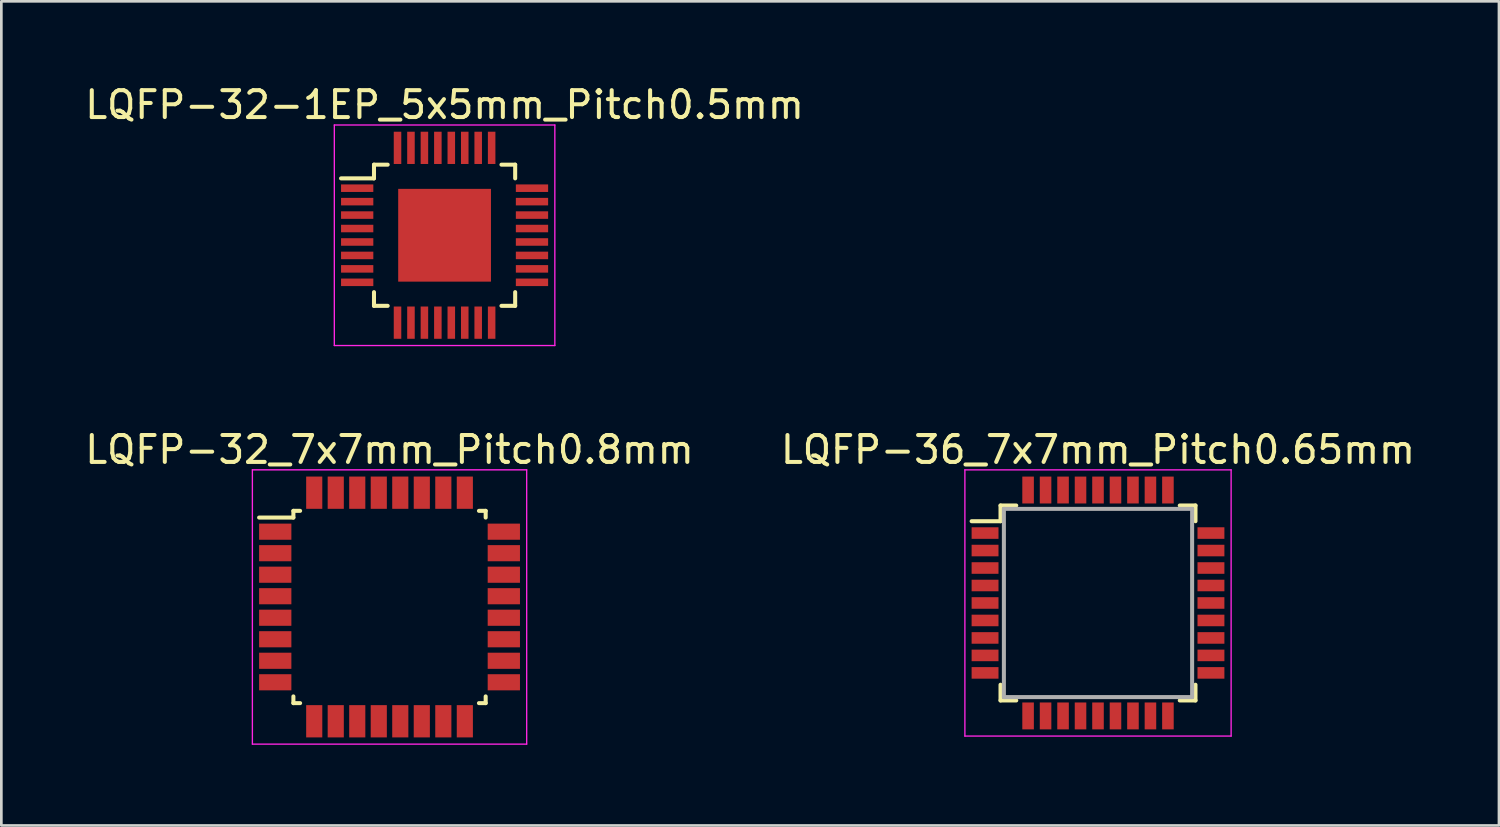
<source format=kicad_pcb>
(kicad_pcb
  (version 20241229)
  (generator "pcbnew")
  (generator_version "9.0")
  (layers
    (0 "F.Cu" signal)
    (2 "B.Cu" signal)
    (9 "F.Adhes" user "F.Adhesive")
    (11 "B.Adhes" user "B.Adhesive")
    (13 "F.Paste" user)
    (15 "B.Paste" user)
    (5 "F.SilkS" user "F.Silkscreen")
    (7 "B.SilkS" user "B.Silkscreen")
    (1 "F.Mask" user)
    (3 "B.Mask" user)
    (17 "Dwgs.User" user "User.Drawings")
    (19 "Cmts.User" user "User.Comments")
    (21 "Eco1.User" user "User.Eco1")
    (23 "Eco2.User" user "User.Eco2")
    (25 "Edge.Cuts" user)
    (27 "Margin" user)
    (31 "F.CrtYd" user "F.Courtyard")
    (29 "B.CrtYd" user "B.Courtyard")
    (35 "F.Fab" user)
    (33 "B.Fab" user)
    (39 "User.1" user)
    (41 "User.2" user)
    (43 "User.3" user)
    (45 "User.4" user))
  (footprint "LQFP-32-1EP_5x5mm_Pitch0.5mm"
    (layer "F.Cu")
    (at 13.482 5.698)
    (property "Reference" "LQFP-32-1EP_5x5mm_Pitch0.5mm" (at 0 -4.85 0) (layer "F.SilkS") (effects (font (size 1 1) (thickness 0.15))))
    (attr smd)
    (fp_line (start -2.625 -2.625) (end -2.625 -2.115) (stroke (width 0.15) (type solid)) (layer "F.SilkS"))
    (fp_line (start -2.625 -2.625) (end -2.115 -2.625) (stroke (width 0.15) (type solid)) (layer "F.SilkS"))
    (fp_line (start -2.625 -2.115) (end -3.85 -2.115) (stroke (width 0.15) (type solid)) (layer "F.SilkS"))
    (fp_line (start -2.625 2.625) (end -2.625 2.115) (stroke (width 0.15) (type solid)) (layer "F.SilkS"))
    (fp_line (start -2.625 2.625) (end -2.115 2.625) (stroke (width 0.15) (type solid)) (layer "F.SilkS"))
    (fp_line (start 2.625 -2.625) (end 2.115 -2.625) (stroke (width 0.15) (type solid)) (layer "F.SilkS"))
    (fp_line (start 2.625 -2.625) (end 2.625 -2.115) (stroke (width 0.15) (type solid)) (layer "F.SilkS"))
    (fp_line (start 2.625 2.625) (end 2.115 2.625) (stroke (width 0.15) (type solid)) (layer "F.SilkS"))
    (fp_line (start 2.625 2.625) (end 2.625 2.115) (stroke (width 0.15) (type solid)) (layer "F.SilkS"))
    (fp_line (start -4.1 -4.1) (end -4.1 4.1) (stroke (width 0.05) (type solid)) (layer "F.CrtYd"))
    (fp_line (start -4.1 -4.1) (end 4.1 -4.1) (stroke (width 0.05) (type solid)) (layer "F.CrtYd"))
    (fp_line (start -4.1 4.1) (end 4.1 4.1) (stroke (width 0.05) (type solid)) (layer "F.CrtYd"))
    (fp_line (start 4.1 -4.1) (end 4.1 4.1) (stroke (width 0.05) (type solid)) (layer "F.CrtYd"))
    (pad "1" smd rect (at -3.25 -1.75) (size 1.2 0.28) (layers "F.Cu" "F.Mask" "F.Paste"))
    (pad "2" smd rect (at -3.25 -1.25) (size 1.2 0.28) (layers "F.Cu" "F.Mask" "F.Paste"))
    (pad "3" smd rect (at -3.25 -0.75) (size 1.2 0.28) (layers "F.Cu" "F.Mask" "F.Paste"))
    (pad "4" smd rect (at -3.25 -0.25) (size 1.2 0.28) (layers "F.Cu" "F.Mask" "F.Paste"))
    (pad "5" smd rect (at -3.25 0.25) (size 1.2 0.28) (layers "F.Cu" "F.Mask" "F.Paste"))
    (pad "6" smd rect (at -3.25 0.75) (size 1.2 0.28) (layers "F.Cu" "F.Mask" "F.Paste"))
    (pad "7" smd rect (at -3.25 1.25) (size 1.2 0.28) (layers "F.Cu" "F.Mask" "F.Paste"))
    (pad "8" smd rect (at -3.25 1.75) (size 1.2 0.28) (layers "F.Cu" "F.Mask" "F.Paste"))
    (pad "9" smd rect (at -1.75 3.25 90) (size 1.2 0.28) (layers "F.Cu" "F.Mask" "F.Paste"))
    (pad "10" smd rect (at -1.25 3.25 90) (size 1.2 0.28) (layers "F.Cu" "F.Mask" "F.Paste"))
    (pad "11" smd rect (at -0.75 3.25 90) (size 1.2 0.28) (layers "F.Cu" "F.Mask" "F.Paste"))
    (pad "12" smd rect (at -0.25 3.25 90) (size 1.2 0.28) (layers "F.Cu" "F.Mask" "F.Paste"))
    (pad "13" smd rect (at 0.25 3.25 90) (size 1.2 0.28) (layers "F.Cu" "F.Mask" "F.Paste"))
    (pad "14" smd rect (at 0.75 3.25 90) (size 1.2 0.28) (layers "F.Cu" "F.Mask" "F.Paste"))
    (pad "15" smd rect (at 1.25 3.25 90) (size 1.2 0.28) (layers "F.Cu" "F.Mask" "F.Paste"))
    (pad "16" smd rect (at 1.75 3.25 90) (size 1.2 0.28) (layers "F.Cu" "F.Mask" "F.Paste"))
    (pad "17" smd rect (at 3.25 1.75) (size 1.2 0.28) (layers "F.Cu" "F.Mask" "F.Paste"))
    (pad "18" smd rect (at 3.25 1.25) (size 1.2 0.28) (layers "F.Cu" "F.Mask" "F.Paste"))
    (pad "19" smd rect (at 3.25 0.75) (size 1.2 0.28) (layers "F.Cu" "F.Mask" "F.Paste"))
    (pad "20" smd rect (at 3.25 0.25) (size 1.2 0.28) (layers "F.Cu" "F.Mask" "F.Paste"))
    (pad "21" smd rect (at 3.25 -0.25) (size 1.2 0.28) (layers "F.Cu" "F.Mask" "F.Paste"))
    (pad "22" smd rect (at 3.25 -0.75) (size 1.2 0.28) (layers "F.Cu" "F.Mask" "F.Paste"))
    (pad "23" smd rect (at 3.25 -1.25) (size 1.2 0.28) (layers "F.Cu" "F.Mask" "F.Paste"))
    (pad "24" smd rect (at 3.25 -1.75) (size 1.2 0.28) (layers "F.Cu" "F.Mask" "F.Paste"))
    (pad "25" smd rect (at 1.75 -3.25 90) (size 1.2 0.28) (layers "F.Cu" "F.Mask" "F.Paste"))
    (pad "26" smd rect (at 1.25 -3.25 90) (size 1.2 0.28) (layers "F.Cu" "F.Mask" "F.Paste"))
    (pad "27" smd rect (at 0.75 -3.25 90) (size 1.2 0.28) (layers "F.Cu" "F.Mask" "F.Paste"))
    (pad "28" smd rect (at 0.25 -3.25 90) (size 1.2 0.28) (layers "F.Cu" "F.Mask" "F.Paste"))
    (pad "29" smd rect (at -0.25 -3.25 90) (size 1.2 0.28) (layers "F.Cu" "F.Mask" "F.Paste"))
    (pad "30" smd rect (at -0.75 -3.25 90) (size 1.2 0.28) (layers "F.Cu" "F.Mask" "F.Paste"))
    (pad "31" smd rect (at -1.25 -3.25 90) (size 1.2 0.28) (layers "F.Cu" "F.Mask" "F.Paste"))
    (pad "32" smd rect (at -1.75 -3.25 90) (size 1.2 0.28) (layers "F.Cu" "F.Mask" "F.Paste"))
    (pad "33" smd rect (at 0 0) (size 3.45 3.45) (layers "F.Cu" "F.Mask" "F.Paste")))
  (footprint "LQFP-36_7x7mm_Pitch0.65mm"
    (layer "F.Cu")
    (at 37.78 19.372)
    (property "Reference" "LQFP-36_7x7mm_Pitch0.65mm" (at 0 -5.7 0) (layer "F.SilkS") (effects (font (size 1 1) (thickness 0.15))))
    (attr smd)
    (fp_line (start -3.625 -3.625) (end -3.625 -3.04) (stroke (width 0.15) (type solid)) (layer "F.SilkS"))
    (fp_line (start -3.625 -3.625) (end -3.04 -3.625) (stroke (width 0.15) (type solid)) (layer "F.SilkS"))
    (fp_line (start -3.625 -3.04) (end -4.7 -3.04) (stroke (width 0.15) (type solid)) (layer "F.SilkS"))
    (fp_line (start -3.625 3.625) (end -3.625 3.04) (stroke (width 0.15) (type solid)) (layer "F.SilkS"))
    (fp_line (start -3.625 3.625) (end -3.04 3.625) (stroke (width 0.15) (type solid)) (layer "F.SilkS"))
    (fp_line (start 3.625 -3.625) (end 3.04 -3.625) (stroke (width 0.15) (type solid)) (layer "F.SilkS"))
    (fp_line (start 3.625 -3.625) (end 3.625 -3.04) (stroke (width 0.15) (type solid)) (layer "F.SilkS"))
    (fp_line (start 3.625 3.625) (end 3.04 3.625) (stroke (width 0.15) (type solid)) (layer "F.SilkS"))
    (fp_line (start 3.625 3.625) (end 3.625 3.04) (stroke (width 0.15) (type solid)) (layer "F.SilkS"))
    (fp_line (start -4.95 -4.95) (end -4.95 4.95) (stroke (width 0.05) (type solid)) (layer "F.CrtYd"))
    (fp_line (start -4.95 -4.95) (end 4.95 -4.95) (stroke (width 0.05) (type solid)) (layer "F.CrtYd"))
    (fp_line (start -4.95 4.95) (end 4.95 4.95) (stroke (width 0.05) (type solid)) (layer "F.CrtYd"))
    (fp_line (start 4.95 -4.95) (end 4.95 4.95) (stroke (width 0.05) (type solid)) (layer "F.CrtYd"))
    (fp_line (start -3.5 -3.5) (end 3.5 -3.5) (stroke (width 0.15) (type solid)) (layer "F.Fab"))
    (fp_line (start -3.5 3.5) (end -3.5 -3.5) (stroke (width 0.15) (type solid)) (layer "F.Fab"))
    (fp_line (start 3.5 -3.5) (end 3.5 3.5) (stroke (width 0.15) (type solid)) (layer "F.Fab"))
    (fp_line (start 3.5 3.5) (end -3.5 3.5) (stroke (width 0.15) (type solid)) (layer "F.Fab"))
    (pad "1" smd rect (at -4.2 -2.6) (size 1 0.43) (layers "F.Cu" "F.Mask" "F.Paste"))
    (pad "2" smd rect (at -4.2 -1.95) (size 1 0.43) (layers "F.Cu" "F.Mask" "F.Paste"))
    (pad "3" smd rect (at -4.2 -1.3) (size 1 0.43) (layers "F.Cu" "F.Mask" "F.Paste"))
    (pad "4" smd rect (at -4.2 -0.65) (size 1 0.43) (layers "F.Cu" "F.Mask" "F.Paste"))
    (pad "5" smd rect (at -4.2 0) (size 1 0.43) (layers "F.Cu" "F.Mask" "F.Paste"))
    (pad "6" smd rect (at -4.2 0.65) (size 1 0.43) (layers "F.Cu" "F.Mask" "F.Paste"))
    (pad "7" smd rect (at -4.2 1.3) (size 1 0.43) (layers "F.Cu" "F.Mask" "F.Paste"))
    (pad "8" smd rect (at -4.2 1.95) (size 1 0.43) (layers "F.Cu" "F.Mask" "F.Paste"))
    (pad "9" smd rect (at -4.2 2.6) (size 1 0.43) (layers "F.Cu" "F.Mask" "F.Paste"))
    (pad "10" smd rect (at -2.6 4.2 90) (size 1 0.43) (layers "F.Cu" "F.Mask" "F.Paste"))
    (pad "11" smd rect (at -1.95 4.2 90) (size 1 0.43) (layers "F.Cu" "F.Mask" "F.Paste"))
    (pad "12" smd rect (at -1.3 4.2 90) (size 1 0.43) (layers "F.Cu" "F.Mask" "F.Paste"))
    (pad "13" smd rect (at -0.65 4.2 90) (size 1 0.43) (layers "F.Cu" "F.Mask" "F.Paste"))
    (pad "14" smd rect (at 0 4.2 90) (size 1 0.43) (layers "F.Cu" "F.Mask" "F.Paste"))
    (pad "15" smd rect (at 0.65 4.2 90) (size 1 0.43) (layers "F.Cu" "F.Mask" "F.Paste"))
    (pad "16" smd rect (at 1.3 4.2 90) (size 1 0.43) (layers "F.Cu" "F.Mask" "F.Paste"))
    (pad "17" smd rect (at 1.95 4.2 90) (size 1 0.43) (layers "F.Cu" "F.Mask" "F.Paste"))
    (pad "18" smd rect (at 2.6 4.2 90) (size 1 0.43) (layers "F.Cu" "F.Mask" "F.Paste"))
    (pad "19" smd rect (at 4.2 2.6) (size 1 0.43) (layers "F.Cu" "F.Mask" "F.Paste"))
    (pad "20" smd rect (at 4.2 1.95) (size 1 0.43) (layers "F.Cu" "F.Mask" "F.Paste"))
    (pad "21" smd rect (at 4.2 1.3) (size 1 0.43) (layers "F.Cu" "F.Mask" "F.Paste"))
    (pad "22" smd rect (at 4.2 0.65) (size 1 0.43) (layers "F.Cu" "F.Mask" "F.Paste"))
    (pad "23" smd rect (at 4.2 0) (size 1 0.43) (layers "F.Cu" "F.Mask" "F.Paste"))
    (pad "24" smd rect (at 4.2 -0.65) (size 1 0.43) (layers "F.Cu" "F.Mask" "F.Paste"))
    (pad "25" smd rect (at 4.2 -1.3) (size 1 0.43) (layers "F.Cu" "F.Mask" "F.Paste"))
    (pad "26" smd rect (at 4.2 -1.95) (size 1 0.43) (layers "F.Cu" "F.Mask" "F.Paste"))
    (pad "27" smd rect (at 4.2 -2.6) (size 1 0.43) (layers "F.Cu" "F.Mask" "F.Paste"))
    (pad "28" smd rect (at 2.6 -4.2 90) (size 1 0.43) (layers "F.Cu" "F.Mask" "F.Paste"))
    (pad "29" smd rect (at 1.95 -4.2 90) (size 1 0.43) (layers "F.Cu" "F.Mask" "F.Paste"))
    (pad "30" smd rect (at 1.3 -4.2 90) (size 1 0.43) (layers "F.Cu" "F.Mask" "F.Paste"))
    (pad "31" smd rect (at 0.65 -4.2 90) (size 1 0.43) (layers "F.Cu" "F.Mask" "F.Paste"))
    (pad "32" smd rect (at 0 -4.2 90) (size 1 0.43) (layers "F.Cu" "F.Mask" "F.Paste"))
    (pad "33" smd rect (at -0.65 -4.2 90) (size 1 0.43) (layers "F.Cu" "F.Mask" "F.Paste"))
    (pad "34" smd rect (at -1.3 -4.2 90) (size 1 0.43) (layers "F.Cu" "F.Mask" "F.Paste"))
    (pad "35" smd rect (at -1.95 -4.2 90) (size 1 0.43) (layers "F.Cu" "F.Mask" "F.Paste"))
    (pad "36" smd rect (at -2.6 -4.2 90) (size 1 0.43) (layers "F.Cu" "F.Mask" "F.Paste")))
  (footprint "LQFP-32_7x7mm_Pitch0.8mm"
    (layer "F.Cu")
    (at 11.435 19.521)
    (property "Reference" "LQFP-32_7x7mm_Pitch0.8mm" (at 0 -5.85 0) (layer "F.SilkS") (effects (font (size 1 1) (thickness 0.15))))
    (attr smd)
    (fp_line (start -3.575 -3.575) (end -3.575 -3.325) (stroke (width 0.15) (type solid)) (layer "F.SilkS"))
    (fp_line (start -3.575 -3.575) (end -3.325 -3.575) (stroke (width 0.15) (type solid)) (layer "F.SilkS"))
    (fp_line (start -3.575 -3.325) (end -4.85 -3.325) (stroke (width 0.15) (type solid)) (layer "F.SilkS"))
    (fp_line (start -3.575 3.575) (end -3.575 3.325) (stroke (width 0.15) (type solid)) (layer "F.SilkS"))
    (fp_line (start -3.575 3.575) (end -3.325 3.575) (stroke (width 0.15) (type solid)) (layer "F.SilkS"))
    (fp_line (start 3.575 -3.575) (end 3.325 -3.575) (stroke (width 0.15) (type solid)) (layer "F.SilkS"))
    (fp_line (start 3.575 -3.575) (end 3.575 -3.325) (stroke (width 0.15) (type solid)) (layer "F.SilkS"))
    (fp_line (start 3.575 3.575) (end 3.325 3.575) (stroke (width 0.15) (type solid)) (layer "F.SilkS"))
    (fp_line (start 3.575 3.575) (end 3.575 3.325) (stroke (width 0.15) (type solid)) (layer "F.SilkS"))
    (fp_line (start -5.1 -5.1) (end -5.1 5.1) (stroke (width 0.05) (type solid)) (layer "F.CrtYd"))
    (fp_line (start -5.1 -5.1) (end 5.1 -5.1) (stroke (width 0.05) (type solid)) (layer "F.CrtYd"))
    (fp_line (start -5.1 5.1) (end 5.1 5.1) (stroke (width 0.05) (type solid)) (layer "F.CrtYd"))
    (fp_line (start 5.1 -5.1) (end 5.1 5.1) (stroke (width 0.05) (type solid)) (layer "F.CrtYd"))
    (pad "1" smd rect (at -4.25 -2.8) (size 1.2 0.6) (layers "F.Cu" "F.Mask" "F.Paste"))
    (pad "2" smd rect (at -4.25 -2) (size 1.2 0.6) (layers "F.Cu" "F.Mask" "F.Paste"))
    (pad "3" smd rect (at -4.25 -1.2) (size 1.2 0.6) (layers "F.Cu" "F.Mask" "F.Paste"))
    (pad "4" smd rect (at -4.25 -0.4) (size 1.2 0.6) (layers "F.Cu" "F.Mask" "F.Paste"))
    (pad "5" smd rect (at -4.25 0.4) (size 1.2 0.6) (layers "F.Cu" "F.Mask" "F.Paste"))
    (pad "6" smd rect (at -4.25 1.2) (size 1.2 0.6) (layers "F.Cu" "F.Mask" "F.Paste"))
    (pad "7" smd rect (at -4.25 2) (size 1.2 0.6) (layers "F.Cu" "F.Mask" "F.Paste"))
    (pad "8" smd rect (at -4.25 2.8) (size 1.2 0.6) (layers "F.Cu" "F.Mask" "F.Paste"))
    (pad "9" smd rect (at -2.8 4.25 90) (size 1.2 0.6) (layers "F.Cu" "F.Mask" "F.Paste"))
    (pad "10" smd rect (at -2 4.25 90) (size 1.2 0.6) (layers "F.Cu" "F.Mask" "F.Paste"))
    (pad "11" smd rect (at -1.2 4.25 90) (size 1.2 0.6) (layers "F.Cu" "F.Mask" "F.Paste"))
    (pad "12" smd rect (at -0.4 4.25 90) (size 1.2 0.6) (layers "F.Cu" "F.Mask" "F.Paste"))
    (pad "13" smd rect (at 0.4 4.25 90) (size 1.2 0.6) (layers "F.Cu" "F.Mask" "F.Paste"))
    (pad "14" smd rect (at 1.2 4.25 90) (size 1.2 0.6) (layers "F.Cu" "F.Mask" "F.Paste"))
    (pad "15" smd rect (at 2 4.25 90) (size 1.2 0.6) (layers "F.Cu" "F.Mask" "F.Paste"))
    (pad "16" smd rect (at 2.8 4.25 90) (size 1.2 0.6) (layers "F.Cu" "F.Mask" "F.Paste"))
    (pad "17" smd rect (at 4.25 2.8) (size 1.2 0.6) (layers "F.Cu" "F.Mask" "F.Paste"))
    (pad "18" smd rect (at 4.25 2) (size 1.2 0.6) (layers "F.Cu" "F.Mask" "F.Paste"))
    (pad "19" smd rect (at 4.25 1.2) (size 1.2 0.6) (layers "F.Cu" "F.Mask" "F.Paste"))
    (pad "20" smd rect (at 4.25 0.4) (size 1.2 0.6) (layers "F.Cu" "F.Mask" "F.Paste"))
    (pad "21" smd rect (at 4.25 -0.4) (size 1.2 0.6) (layers "F.Cu" "F.Mask" "F.Paste"))
    (pad "22" smd rect (at 4.25 -1.2) (size 1.2 0.6) (layers "F.Cu" "F.Mask" "F.Paste"))
    (pad "23" smd rect (at 4.25 -2) (size 1.2 0.6) (layers "F.Cu" "F.Mask" "F.Paste"))
    (pad "24" smd rect (at 4.25 -2.8) (size 1.2 0.6) (layers "F.Cu" "F.Mask" "F.Paste"))
    (pad "25" smd rect (at 2.8 -4.25 90) (size 1.2 0.6) (layers "F.Cu" "F.Mask" "F.Paste"))
    (pad "26" smd rect (at 2 -4.25 90) (size 1.2 0.6) (layers "F.Cu" "F.Mask" "F.Paste"))
    (pad "27" smd rect (at 1.2 -4.25 90) (size 1.2 0.6) (layers "F.Cu" "F.Mask" "F.Paste"))
    (pad "28" smd rect (at 0.4 -4.25 90) (size 1.2 0.6) (layers "F.Cu" "F.Mask" "F.Paste"))
    (pad "29" smd rect (at -0.4 -4.25 90) (size 1.2 0.6) (layers "F.Cu" "F.Mask" "F.Paste"))
    (pad "30" smd rect (at -1.2 -4.25 90) (size 1.2 0.6) (layers "F.Cu" "F.Mask" "F.Paste"))
    (pad "31" smd rect (at -2 -4.25 90) (size 1.2 0.6) (layers "F.Cu" "F.Mask" "F.Paste"))
    (pad "32" smd rect (at -2.8 -4.25 90) (size 1.2 0.6) (layers "F.Cu" "F.Mask" "F.Paste")))
  (gr_rect
    (start -3 -3)
    (end 52.69 27.646)
    (stroke (width 0.1) (type default))
    (fill no)
    (layer "Edge.Cuts")))
</source>
